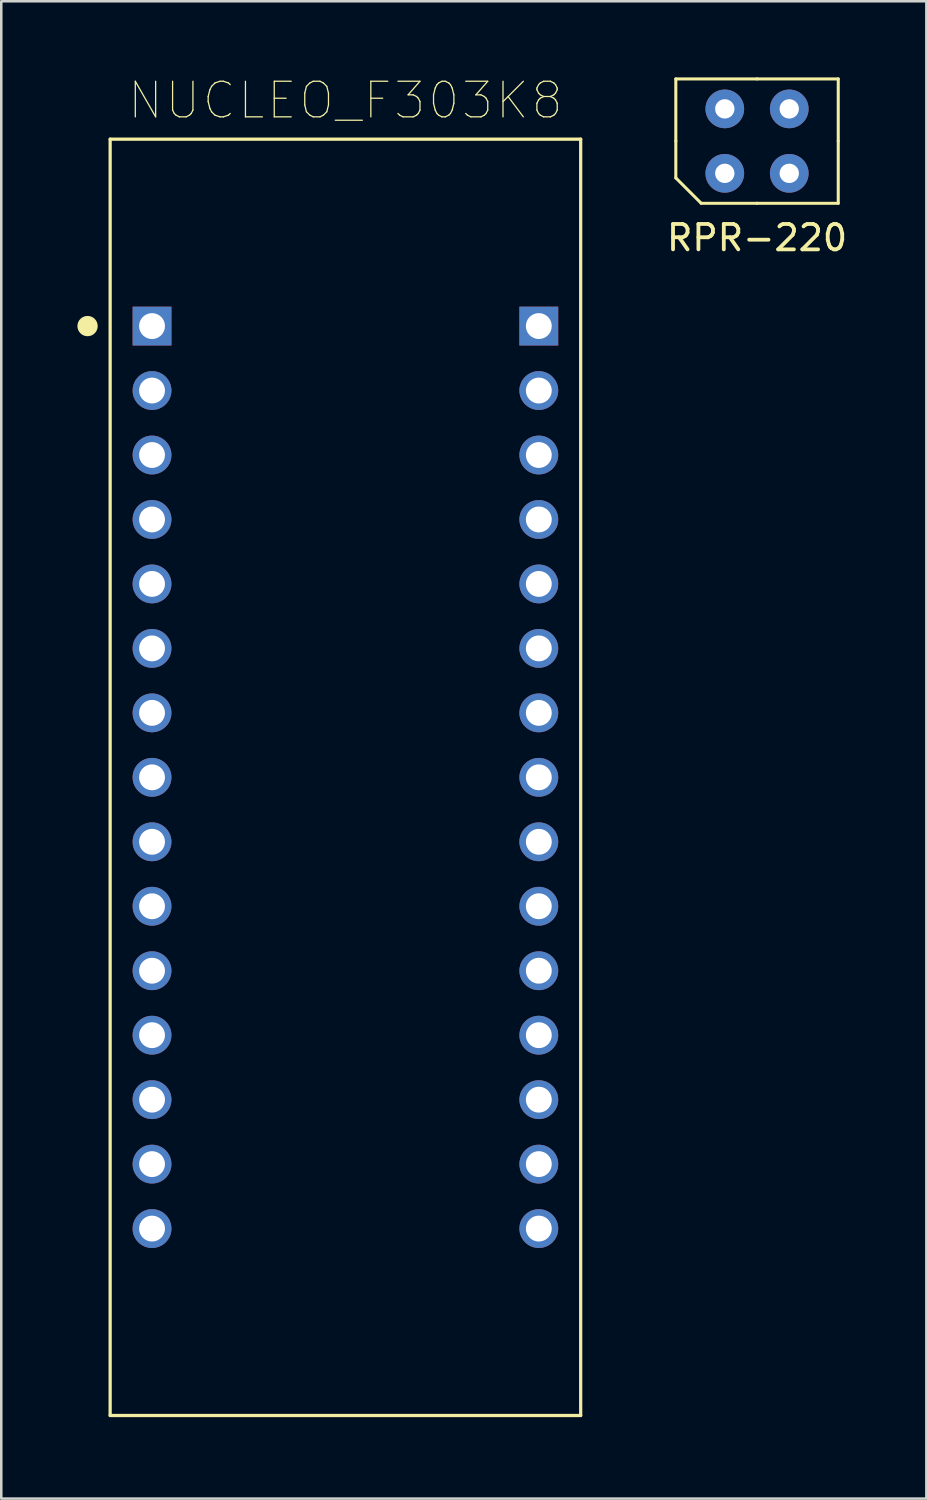
<source format=kicad_pcb>
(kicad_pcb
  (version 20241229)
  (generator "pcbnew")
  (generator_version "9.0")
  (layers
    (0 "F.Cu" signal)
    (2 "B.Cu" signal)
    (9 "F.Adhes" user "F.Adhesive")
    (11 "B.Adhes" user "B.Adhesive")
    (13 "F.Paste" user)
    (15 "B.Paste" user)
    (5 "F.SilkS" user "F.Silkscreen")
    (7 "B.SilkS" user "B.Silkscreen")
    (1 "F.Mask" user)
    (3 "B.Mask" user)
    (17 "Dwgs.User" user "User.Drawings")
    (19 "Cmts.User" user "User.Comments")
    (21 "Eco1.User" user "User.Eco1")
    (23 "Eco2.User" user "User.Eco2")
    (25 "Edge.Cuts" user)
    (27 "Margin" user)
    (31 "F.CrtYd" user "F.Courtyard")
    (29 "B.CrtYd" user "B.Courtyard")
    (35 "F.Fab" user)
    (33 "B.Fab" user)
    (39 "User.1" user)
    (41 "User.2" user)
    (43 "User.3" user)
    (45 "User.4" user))
  (footprint "NUCLEO_F303K8"
    (layer "F.Cu")
    (at 10.56 27.578)
    (property "Reference" "NUCLEO_F303K8" (at 0 -26.67 0) (layer "F.SilkS") (effects (font (size 1.402 1.402) (thickness 0.05))))
    (attr through_hole)
    (fp_line (start -9.27 -25.145) (end 9.27 -25.145) (stroke (width 0.127) (type solid)) (layer "F.SilkS"))
    (fp_line (start -9.27 25.145) (end -9.27 -25.145) (stroke (width 0.127) (type solid)) (layer "F.SilkS"))
    (fp_line (start 9.27 -25.145) (end 9.27 25.145) (stroke (width 0.127) (type solid)) (layer "F.SilkS"))
    (fp_line (start 9.27 25.145) (end -9.27 25.145) (stroke (width 0.127) (type solid)) (layer "F.SilkS"))
    (fp_circle (center -10.16 -17.78) (end -9.96 -17.78) (stroke (width 0.4) (type solid)) (fill no) (layer "F.SilkS"))
    (fp_line (start -9.52 -25.395) (end 9.52 -25.395) (stroke (width 0.05) (type solid)) (layer "Eco1.User"))
    (fp_line (start -9.52 25.395) (end -9.52 -25.395) (stroke (width 0.05) (type solid)) (layer "Eco1.User"))
    (fp_line (start 9.52 -25.395) (end 9.52 25.395) (stroke (width 0.05) (type solid)) (layer "Eco1.User"))
    (fp_line (start 9.52 25.395) (end -9.52 25.395) (stroke (width 0.05) (type solid)) (layer "Eco1.User"))
    (fp_line (start -9.27 -25.145) (end 9.27 -25.145) (stroke (width 0.127) (type solid)) (layer "Eco2.User"))
    (fp_line (start -9.27 25.145) (end -9.27 -25.145) (stroke (width 0.127) (type solid)) (layer "Eco2.User"))
    (fp_line (start 9.27 -25.145) (end 9.27 25.145) (stroke (width 0.127) (type solid)) (layer "Eco2.User"))
    (fp_line (start 9.27 25.145) (end -9.27 25.145) (stroke (width 0.127) (type solid)) (layer "Eco2.User"))
    (pad "3.1" thru_hole rect (at -7.62 -17.78) (size 1.53 1.53) (drill 1.02) (layers "*.Cu" "*.Mask"))
    (pad "3.2" thru_hole circle (at -7.62 -15.24) (size 1.53 1.53) (drill 1.02) (layers "*.Cu" "*.Mask"))
    (pad "3.3" thru_hole circle (at -7.62 -12.7) (size 1.53 1.53) (drill 1.02) (layers "*.Cu" "*.Mask"))
    (pad "3.4" thru_hole circle (at -7.62 -10.16) (size 1.53 1.53) (drill 1.02) (layers "*.Cu" "*.Mask"))
    (pad "3.5" thru_hole circle (at -7.62 -7.62) (size 1.53 1.53) (drill 1.02) (layers "*.Cu" "*.Mask"))
    (pad "3.6" thru_hole circle (at -7.62 -5.08) (size 1.53 1.53) (drill 1.02) (layers "*.Cu" "*.Mask"))
    (pad "3.7" thru_hole circle (at -7.62 -2.54) (size 1.53 1.53) (drill 1.02) (layers "*.Cu" "*.Mask"))
    (pad "3.8" thru_hole circle (at -7.62 0) (size 1.53 1.53) (drill 1.02) (layers "*.Cu" "*.Mask"))
    (pad "3.9" thru_hole circle (at -7.62 2.54) (size 1.53 1.53) (drill 1.02) (layers "*.Cu" "*.Mask"))
    (pad "3.10" thru_hole circle (at -7.62 5.08) (size 1.53 1.53) (drill 1.02) (layers "*.Cu" "*.Mask"))
    (pad "3.11" thru_hole circle (at -7.62 7.62) (size 1.53 1.53) (drill 1.02) (layers "*.Cu" "*.Mask"))
    (pad "3.12" thru_hole circle (at -7.62 10.16) (size 1.53 1.53) (drill 1.02) (layers "*.Cu" "*.Mask"))
    (pad "3.13" thru_hole circle (at -7.62 12.7) (size 1.53 1.53) (drill 1.02) (layers "*.Cu" "*.Mask"))
    (pad "3.14" thru_hole circle (at -7.62 15.24) (size 1.53 1.53) (drill 1.02) (layers "*.Cu" "*.Mask"))
    (pad "3.15" thru_hole circle (at -7.62 17.78) (size 1.53 1.53) (drill 1.02) (layers "*.Cu" "*.Mask"))
    (pad "4.1" thru_hole rect (at 7.62 -17.78) (size 1.53 1.53) (drill 1.02) (layers "*.Cu" "*.Mask"))
    (pad "4.2" thru_hole circle (at 7.62 -15.24) (size 1.53 1.53) (drill 1.02) (layers "*.Cu" "*.Mask"))
    (pad "4.3" thru_hole circle (at 7.62 -12.7) (size 1.53 1.53) (drill 1.02) (layers "*.Cu" "*.Mask"))
    (pad "4.4" thru_hole circle (at 7.62 -10.16) (size 1.53 1.53) (drill 1.02) (layers "*.Cu" "*.Mask"))
    (pad "4.5" thru_hole circle (at 7.62 -7.62) (size 1.53 1.53) (drill 1.02) (layers "*.Cu" "*.Mask"))
    (pad "4.6" thru_hole circle (at 7.62 -5.08) (size 1.53 1.53) (drill 1.02) (layers "*.Cu" "*.Mask"))
    (pad "4.7" thru_hole circle (at 7.62 -2.54) (size 1.53 1.53) (drill 1.02) (layers "*.Cu" "*.Mask"))
    (pad "4.8" thru_hole circle (at 7.62 0) (size 1.53 1.53) (drill 1.02) (layers "*.Cu" "*.Mask"))
    (pad "4.9" thru_hole circle (at 7.62 2.54) (size 1.53 1.53) (drill 1.02) (layers "*.Cu" "*.Mask"))
    (pad "4.10" thru_hole circle (at 7.62 5.08) (size 1.53 1.53) (drill 1.02) (layers "*.Cu" "*.Mask"))
    (pad "4.11" thru_hole circle (at 7.62 7.62) (size 1.53 1.53) (drill 1.02) (layers "*.Cu" "*.Mask"))
    (pad "4.12" thru_hole circle (at 7.62 10.16) (size 1.53 1.53) (drill 1.02) (layers "*.Cu" "*.Mask"))
    (pad "4.13" thru_hole circle (at 7.62 12.7) (size 1.53 1.53) (drill 1.02) (layers "*.Cu" "*.Mask"))
    (pad "4.14" thru_hole circle (at 7.62 15.24) (size 1.53 1.53) (drill 1.02) (layers "*.Cu" "*.Mask"))
    (pad "4.15" thru_hole circle (at 7.62 17.78) (size 1.53 1.53) (drill 1.02) (layers "*.Cu" "*.Mask")))
  (footprint "RPR-220"
    (layer "F.Cu")
    (at 25.508 3.78)
    (property "Reference" "RPR-220" (at 1.27 2.54 0) (layer "F.SilkS") (effects (font (size 1 1) (thickness 0.15))))
    (attr through_hole)
    (fp_line (start -1.93 -1.27) (end -1.93 -3.72) (stroke (width 0.12) (type solid)) (layer "F.SilkS"))
    (fp_line (start -1.93 -1.27) (end -1.93 0.18) (stroke (width 0.12) (type solid)) (layer "F.SilkS"))
    (fp_line (start -1.93 0.18) (end -0.93 1.18) (stroke (width 0.12) (type solid)) (layer "F.SilkS"))
    (fp_line (start 1.27 -3.72) (end -1.93 -3.72) (stroke (width 0.12) (type solid)) (layer "F.SilkS"))
    (fp_line (start 1.27 -3.72) (end 4.47 -3.72) (stroke (width 0.12) (type solid)) (layer "F.SilkS"))
    (fp_line (start 1.27 1.18) (end -0.93 1.18) (stroke (width 0.12) (type solid)) (layer "F.SilkS"))
    (fp_line (start 1.27 1.18) (end 4.47 1.18) (stroke (width 0.12) (type solid)) (layer "F.SilkS"))
    (fp_line (start 4.47 -1.27) (end 4.47 -3.72) (stroke (width 0.12) (type solid)) (layer "F.SilkS"))
    (fp_line (start 4.47 -1.27) (end 4.47 1.18) (stroke (width 0.12) (type solid)) (layer "F.SilkS"))
    (pad "1" thru_hole circle (at 2.54 -2.54) (size 1.524 1.524) (drill 0.762) (layers "*.Cu" "*.Mask"))
    (pad "2" thru_hole circle (at 2.54 0) (size 1.524 1.524) (drill 0.762) (layers "*.Cu" "*.Mask"))
    (pad "3" thru_hole circle (at 0 0) (size 1.524 1.524) (drill 0.762) (layers "*.Cu" "*.Mask"))
    (pad "4" thru_hole circle (at 0 -2.54) (size 1.524 1.524) (drill 0.762) (layers "*.Cu" "*.Mask")))
  (gr_rect
    (start -3 -3)
    (end 33.45 55.998)
    (stroke (width 0.1) (type default))
    (fill no)
    (layer "Edge.Cuts")))
</source>
